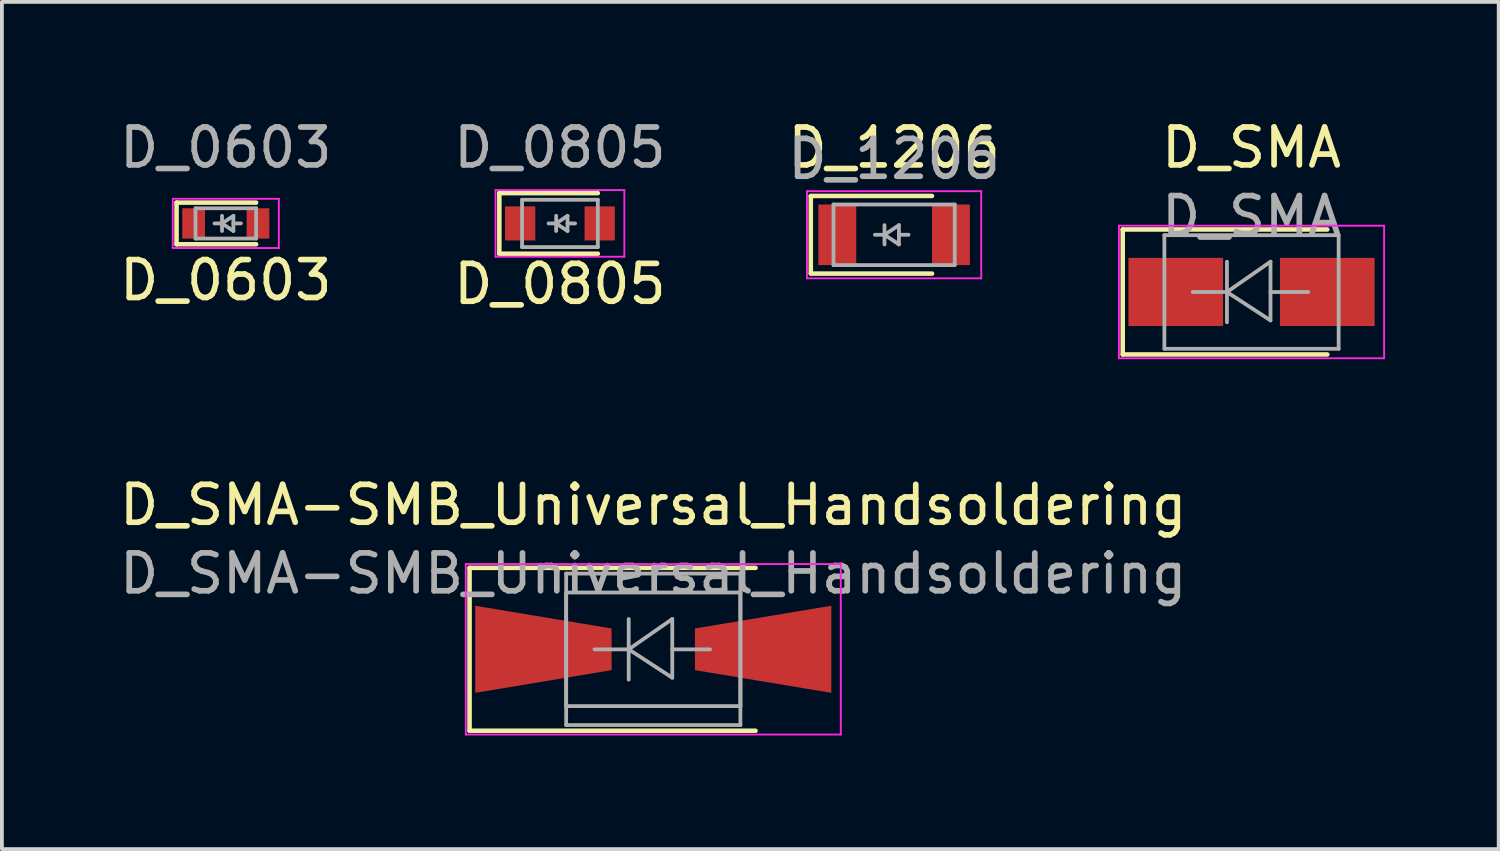
<source format=kicad_pcb>
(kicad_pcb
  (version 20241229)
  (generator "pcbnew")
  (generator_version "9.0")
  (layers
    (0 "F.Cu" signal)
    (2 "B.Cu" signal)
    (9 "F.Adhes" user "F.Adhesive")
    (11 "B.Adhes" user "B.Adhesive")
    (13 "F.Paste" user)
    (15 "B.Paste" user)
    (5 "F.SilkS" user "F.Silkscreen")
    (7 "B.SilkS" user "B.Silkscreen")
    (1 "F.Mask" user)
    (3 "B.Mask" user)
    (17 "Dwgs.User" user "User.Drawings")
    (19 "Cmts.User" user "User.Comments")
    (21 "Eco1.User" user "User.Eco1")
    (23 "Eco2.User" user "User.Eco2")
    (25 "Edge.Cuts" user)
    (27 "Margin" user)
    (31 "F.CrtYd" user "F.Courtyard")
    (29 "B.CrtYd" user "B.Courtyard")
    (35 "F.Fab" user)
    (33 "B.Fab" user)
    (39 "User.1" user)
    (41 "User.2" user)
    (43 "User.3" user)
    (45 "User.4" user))
  (footprint "D_0805"
    (layer "F.Cu")
    (at 11.732 2.848)
    (property "Reference" "D_0805" (at 0 1.6 0) (layer "F.SilkS") (effects (font (size 1 1) (thickness 0.15))))
    (attr smd)
    (fp_line (start -1.6 -0.8) (end -1.6 0.8) (stroke (width 0.12) (type solid)) (layer "F.SilkS"))
    (fp_line (start -1.6 -0.8) (end 1 -0.8) (stroke (width 0.12) (type solid)) (layer "F.SilkS"))
    (fp_line (start -1.6 0.8) (end 1 0.8) (stroke (width 0.12) (type solid)) (layer "F.SilkS"))
    (fp_line (start -1.7 -0.88) (end 1.7 -0.88) (stroke (width 0.05) (type solid)) (layer "F.CrtYd"))
    (fp_line (start -1.7 0.88) (end -1.7 -0.88) (stroke (width 0.05) (type solid)) (layer "F.CrtYd"))
    (fp_line (start 1.7 -0.88) (end 1.7 0.88) (stroke (width 0.05) (type solid)) (layer "F.CrtYd"))
    (fp_line (start 1.7 0.88) (end -1.7 0.88) (stroke (width 0.05) (type solid)) (layer "F.CrtYd"))
    (fp_line (start -1 -0.625) (end 1 -0.625) (stroke (width 0.1) (type solid)) (layer "F.Fab"))
    (fp_line (start -1 0.625) (end -1 -0.625) (stroke (width 0.1) (type solid)) (layer "F.Fab"))
    (fp_line (start -0.1 -0.2) (end -0.1 0.2) (stroke (width 0.1) (type solid)) (layer "F.Fab"))
    (fp_line (start -0.1 0) (end -0.3 0) (stroke (width 0.1) (type solid)) (layer "F.Fab"))
    (fp_line (start -0.1 0) (end 0.2 0.2) (stroke (width 0.1) (type solid)) (layer "F.Fab"))
    (fp_line (start 0.2 -0.2) (end -0.1 0) (stroke (width 0.1) (type solid)) (layer "F.Fab"))
    (fp_line (start 0.2 0) (end 0.4 0) (stroke (width 0.1) (type solid)) (layer "F.Fab"))
    (fp_line (start 0.2 0.2) (end 0.2 -0.2) (stroke (width 0.1) (type solid)) (layer "F.Fab"))
    (fp_line (start 1 -0.625) (end 1 0.625) (stroke (width 0.1) (type solid)) (layer "F.Fab"))
    (fp_line (start 1 0.625) (end -1 0.625) (stroke (width 0.1) (type solid)) (layer "F.Fab"))
    (fp_text user "${REFERENCE}" (at 0 -2 0) (layer "F.Fab") (effects (font (size 1 1) (thickness 0.15))))
    (pad "1" smd rect (at -1.05 0) (size 0.8 0.9) (layers "F.Cu" "F.Mask" "F.Paste"))
    (pad "2" smd rect (at 1.05 0) (size 0.8 0.9) (layers "F.Cu" "F.Mask" "F.Paste")))
  (footprint "D_0603"
    (layer "F.Cu")
    (at 2.911 2.848)
    (property "Reference" "D_0603" (at 0 1.5 0) (layer "F.SilkS") (effects (font (size 1 1) (thickness 0.15))))
    (attr smd)
    (fp_line (start -1.3 -0.55) (end -1.3 0.55) (stroke (width 0.12) (type solid)) (layer "F.SilkS"))
    (fp_line (start -1.3 -0.55) (end 0.8 -0.55) (stroke (width 0.12) (type solid)) (layer "F.SilkS"))
    (fp_line (start -1.3 0.55) (end 0.8 0.55) (stroke (width 0.12) (type solid)) (layer "F.SilkS"))
    (fp_line (start -1.4 -0.65) (end -1.4 0.65) (stroke (width 0.05) (type solid)) (layer "F.CrtYd"))
    (fp_line (start -1.4 0.65) (end 1.4 0.65) (stroke (width 0.05) (type solid)) (layer "F.CrtYd"))
    (fp_line (start 1.4 -0.65) (end -1.4 -0.65) (stroke (width 0.05) (type solid)) (layer "F.CrtYd"))
    (fp_line (start 1.4 0.65) (end 1.4 -0.65) (stroke (width 0.05) (type solid)) (layer "F.CrtYd"))
    (fp_line (start -0.8 -0.4) (end 0.8 -0.4) (stroke (width 0.1) (type solid)) (layer "F.Fab"))
    (fp_line (start -0.8 0.4) (end -0.8 -0.4) (stroke (width 0.1) (type solid)) (layer "F.Fab"))
    (fp_line (start -0.1 -0.2) (end -0.1 0.2) (stroke (width 0.1) (type solid)) (layer "F.Fab"))
    (fp_line (start -0.1 0) (end -0.3 0) (stroke (width 0.1) (type solid)) (layer "F.Fab"))
    (fp_line (start -0.1 0) (end 0.2 0.2) (stroke (width 0.1) (type solid)) (layer "F.Fab"))
    (fp_line (start 0.2 -0.2) (end -0.1 0) (stroke (width 0.1) (type solid)) (layer "F.Fab"))
    (fp_line (start 0.2 0) (end 0.4 0) (stroke (width 0.1) (type solid)) (layer "F.Fab"))
    (fp_line (start 0.2 0.2) (end 0.2 -0.2) (stroke (width 0.1) (type solid)) (layer "F.Fab"))
    (fp_line (start 0.8 -0.4) (end 0.8 0.4) (stroke (width 0.1) (type solid)) (layer "F.Fab"))
    (fp_line (start 0.8 0.4) (end -0.8 0.4) (stroke (width 0.1) (type solid)) (layer "F.Fab"))
    (fp_text user "${REFERENCE}" (at 0 -2 0) (layer "F.Fab") (effects (font (size 1 1) (thickness 0.15))))
    (pad "1" smd rect (at -0.85 0) (size 0.6 0.8) (layers "F.Cu" "F.Mask" "F.Paste"))
    (pad "2" smd rect (at 0.85 0) (size 0.6 0.8) (layers "F.Cu" "F.Mask" "F.Paste")))
  (footprint "D_SMA-SMB_Universal_Handsoldering"
    (layer "F.Cu")
    (at 14.196 14.091)
    (property "Reference" "D_SMA-SMB_Universal_Handsoldering" (at 0 -3.81 0) (layer "F.SilkS") (effects (font (size 1 1) (thickness 0.15))))
    (attr smd)
    (fp_line (start -4.85 -2.15) (end -4.85 2.15) (stroke (width 0.12) (type solid)) (layer "F.SilkS"))
    (fp_line (start -4.85 -2.15) (end 2.7 -2.15) (stroke (width 0.12) (type solid)) (layer "F.SilkS"))
    (fp_line (start -4.85 2.15) (end 2.7 2.15) (stroke (width 0.12) (type solid)) (layer "F.SilkS"))
    (fp_line (start -4.95 -2.25) (end 4.95 -2.25) (stroke (width 0.05) (type solid)) (layer "F.CrtYd"))
    (fp_line (start -4.95 2.25) (end -4.95 -2.25) (stroke (width 0.05) (type solid)) (layer "F.CrtYd"))
    (fp_line (start 4.95 -2.25) (end 4.95 2.25) (stroke (width 0.05) (type solid)) (layer "F.CrtYd"))
    (fp_line (start 4.95 2.25) (end -4.95 2.25) (stroke (width 0.05) (type solid)) (layer "F.CrtYd"))
    (fp_line (start -2.3 1.5) (end -2.3 -1.5) (stroke (width 0.1) (type solid)) (layer "F.Fab"))
    (fp_line (start -2.3 2) (end -2.3 -2) (stroke (width 0.1) (type solid)) (layer "F.Fab"))
    (fp_line (start -0.649 -0.799) (end -0.649 0.801) (stroke (width 0.1) (type solid)) (layer "F.Fab"))
    (fp_line (start -0.649 0.001) (end -1.551 0.001) (stroke (width 0.1) (type solid)) (layer "F.Fab"))
    (fp_line (start -0.649 0.001) (end 0.501 -0.799) (stroke (width 0.1) (type solid)) (layer "F.Fab"))
    (fp_line (start -0.649 0.001) (end 0.501 0.75) (stroke (width 0.1) (type solid)) (layer "F.Fab"))
    (fp_line (start 0.501 0.001) (end 1.499 0.001) (stroke (width 0.1) (type solid)) (layer "F.Fab"))
    (fp_line (start 0.501 0.75) (end 0.501 -0.799) (stroke (width 0.1) (type solid)) (layer "F.Fab"))
    (fp_line (start 2.3 -2) (end -2.3 -2) (stroke (width 0.1) (type solid)) (layer "F.Fab"))
    (fp_line (start 2.3 -2) (end 2.3 2) (stroke (width 0.1) (type solid)) (layer "F.Fab"))
    (fp_line (start 2.3 -1.5) (end -2.3 -1.5) (stroke (width 0.1) (type solid)) (layer "F.Fab"))
    (fp_line (start 2.3 -1.5) (end 2.3 1.5) (stroke (width 0.1) (type solid)) (layer "F.Fab"))
    (fp_line (start 2.3 1.5) (end -2.3 1.5) (stroke (width 0.1) (type solid)) (layer "F.Fab"))
    (fp_line (start 2.3 2) (end -2.3 2) (stroke (width 0.1) (type solid)) (layer "F.Fab"))
    (fp_text user "${REFERENCE}" (at 0 -2 0) (layer "F.Fab") (effects (font (size 1 1) (thickness 0.15))))
    (pad "1" smd trapezoid (at -2.9 0) (size 3.6 1.7) (rect_delta 0.6 0) (layers "F.Cu" "F.Mask" "F.Paste"))
    (pad "2" smd trapezoid (at 2.9 0 180) (size 3.6 1.7) (rect_delta 0.6 0) (layers "F.Cu" "F.Mask" "F.Paste")))
  (footprint "D_1206"
    (layer "F.Cu")
    (at 20.554 3.148)
    (property "Reference" "D_1206" (at 0 -2.3 0) (layer "F.SilkS") (effects (font (size 1 1) (thickness 0.15))))
    (attr smd)
    (fp_line (start -2.2 -1.016) (end -2.2 1.016) (stroke (width 0.12) (type solid)) (layer "F.SilkS"))
    (fp_line (start -2.2 1.025) (end 1 1.025) (stroke (width 0.12) (type solid)) (layer "F.SilkS"))
    (fp_line (start 1 -1.025) (end -2.2 -1.025) (stroke (width 0.12) (type solid)) (layer "F.SilkS"))
    (fp_line (start -2.3 -1.15) (end -2.3 1.15) (stroke (width 0.05) (type solid)) (layer "F.CrtYd"))
    (fp_line (start -2.3 -1.15) (end 2.3 -1.15) (stroke (width 0.05) (type solid)) (layer "F.CrtYd"))
    (fp_line (start -2.3 1.15) (end 2.3 1.15) (stroke (width 0.05) (type solid)) (layer "F.CrtYd"))
    (fp_line (start 2.3 -1.15) (end 2.3 1.15) (stroke (width 0.05) (type solid)) (layer "F.CrtYd"))
    (fp_line (start -1.6 -0.8) (end 1.6 -0.8) (stroke (width 0.1) (type solid)) (layer "F.Fab"))
    (fp_line (start -1.6 0.8) (end -1.6 -0.8) (stroke (width 0.1) (type solid)) (layer "F.Fab"))
    (fp_line (start -0.254 -0.254) (end -0.254 0.254) (stroke (width 0.1) (type solid)) (layer "F.Fab"))
    (fp_line (start -0.254 0) (end -0.508 0) (stroke (width 0.1) (type solid)) (layer "F.Fab"))
    (fp_line (start -0.254 0) (end 0.127 -0.254) (stroke (width 0.1) (type solid)) (layer "F.Fab"))
    (fp_line (start 0.127 -0.254) (end 0.127 0.254) (stroke (width 0.1) (type solid)) (layer "F.Fab"))
    (fp_line (start 0.127 0) (end 0.381 0) (stroke (width 0.1) (type solid)) (layer "F.Fab"))
    (fp_line (start 0.127 0.254) (end -0.254 0) (stroke (width 0.1) (type solid)) (layer "F.Fab"))
    (fp_line (start 1.6 -0.8) (end 1.6 0.8) (stroke (width 0.1) (type solid)) (layer "F.Fab"))
    (fp_line (start 1.6 0.8) (end -1.6 0.8) (stroke (width 0.1) (type solid)) (layer "F.Fab"))
    (fp_text user "${REFERENCE}" (at 0 -2 0) (layer "F.Fab") (effects (font (size 1 1) (thickness 0.15))))
    (pad "1" smd rect (at -1.5 0) (size 1 1.6) (layers "F.Cu" "F.Mask" "F.Paste"))
    (pad "2" smd rect (at 1.5 0) (size 1 1.6) (layers "F.Cu" "F.Mask" "F.Paste")))
  (footprint "D_SMA"
    (layer "F.Cu")
    (at 29.989 4.658)
    (property "Reference" "D_SMA" (at 0 -3.81 0) (layer "F.SilkS") (effects (font (size 1 1) (thickness 0.15))))
    (attr smd)
    (fp_line (start -3.4 -1.65) (end -3.4 1.65) (stroke (width 0.12) (type solid)) (layer "F.SilkS"))
    (fp_line (start -3.4 -1.65) (end 2 -1.65) (stroke (width 0.12) (type solid)) (layer "F.SilkS"))
    (fp_line (start -3.4 1.65) (end 2 1.65) (stroke (width 0.12) (type solid)) (layer "F.SilkS"))
    (fp_line (start -3.5 -1.75) (end 3.5 -1.75) (stroke (width 0.05) (type solid)) (layer "F.CrtYd"))
    (fp_line (start -3.5 1.75) (end -3.5 -1.75) (stroke (width 0.05) (type solid)) (layer "F.CrtYd"))
    (fp_line (start 3.5 -1.75) (end 3.5 1.75) (stroke (width 0.05) (type solid)) (layer "F.CrtYd"))
    (fp_line (start 3.5 1.75) (end -3.5 1.75) (stroke (width 0.05) (type solid)) (layer "F.CrtYd"))
    (fp_line (start -2.3 1.5) (end -2.3 -1.5) (stroke (width 0.1) (type solid)) (layer "F.Fab"))
    (fp_line (start -0.649 -0.799) (end -0.649 0.801) (stroke (width 0.1) (type solid)) (layer "F.Fab"))
    (fp_line (start -0.649 0.001) (end -1.551 0.001) (stroke (width 0.1) (type solid)) (layer "F.Fab"))
    (fp_line (start -0.649 0.001) (end 0.501 -0.799) (stroke (width 0.1) (type solid)) (layer "F.Fab"))
    (fp_line (start -0.649 0.001) (end 0.501 0.75) (stroke (width 0.1) (type solid)) (layer "F.Fab"))
    (fp_line (start 0.501 0.001) (end 1.499 0.001) (stroke (width 0.1) (type solid)) (layer "F.Fab"))
    (fp_line (start 0.501 0.75) (end 0.501 -0.799) (stroke (width 0.1) (type solid)) (layer "F.Fab"))
    (fp_line (start 2.3 -1.5) (end -2.3 -1.5) (stroke (width 0.1) (type solid)) (layer "F.Fab"))
    (fp_line (start 2.3 -1.5) (end 2.3 1.5) (stroke (width 0.1) (type solid)) (layer "F.Fab"))
    (fp_line (start 2.3 1.5) (end -2.3 1.5) (stroke (width 0.1) (type solid)) (layer "F.Fab"))
    (fp_text user "${REFERENCE}" (at 0 -2 0) (layer "F.Fab") (effects (font (size 1 1) (thickness 0.15))))
    (pad "1" smd rect (at -2 0) (size 2.5 1.8) (layers "F.Cu" "F.Mask" "F.Paste"))
    (pad "2" smd rect (at 2 0) (size 2.5 1.8) (layers "F.Cu" "F.Mask" "F.Paste")))
  (gr_rect
    (start -3 -3)
    (end 36.514 19.366)
    (stroke (width 0.1) (type default))
    (fill no)
    (layer "Edge.Cuts")))
</source>
